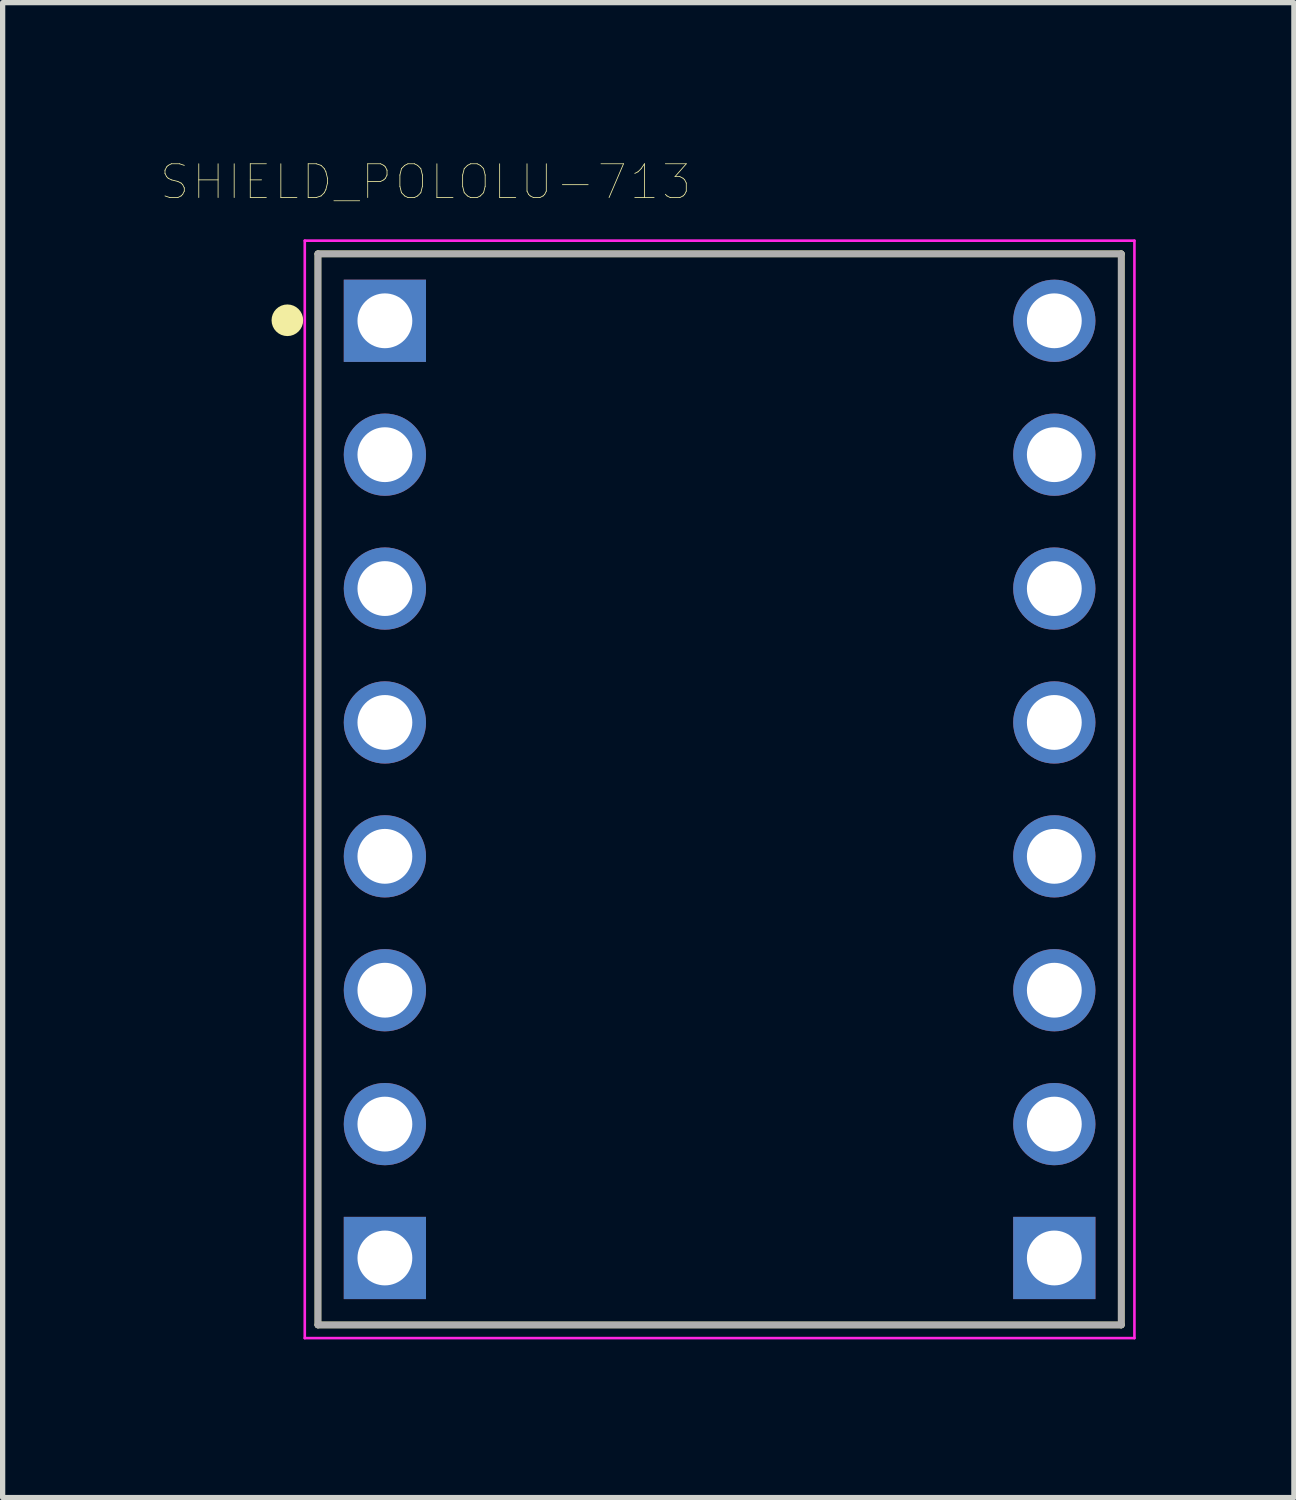
<source format=kicad_pcb>
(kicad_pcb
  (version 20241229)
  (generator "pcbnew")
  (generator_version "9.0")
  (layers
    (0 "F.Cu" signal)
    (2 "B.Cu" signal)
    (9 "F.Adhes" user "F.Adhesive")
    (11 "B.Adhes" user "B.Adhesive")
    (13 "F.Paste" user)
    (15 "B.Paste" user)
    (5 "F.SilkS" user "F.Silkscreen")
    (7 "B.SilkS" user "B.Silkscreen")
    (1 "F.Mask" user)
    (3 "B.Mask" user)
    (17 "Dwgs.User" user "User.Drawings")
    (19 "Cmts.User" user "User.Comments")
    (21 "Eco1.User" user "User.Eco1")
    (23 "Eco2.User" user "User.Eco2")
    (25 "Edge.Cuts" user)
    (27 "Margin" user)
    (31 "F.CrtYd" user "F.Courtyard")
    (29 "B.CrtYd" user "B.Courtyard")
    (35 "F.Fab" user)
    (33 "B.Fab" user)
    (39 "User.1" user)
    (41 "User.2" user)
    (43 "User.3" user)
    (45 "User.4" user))
  (footprint "SHIELD_POLOLU-713"
    (layer "F.Cu")
    (at 10.602 11.926)
    (property "Reference" "SHIELD_POLOLU-713" (at -5.577 -11.524 0) (layer "F.SilkS") (effects (font (size 0.641 0.641) (thickness 0.015))))
    (attr through_hole)
    (fp_line (start -7.62 -10.16) (end 7.62 -10.16) (stroke (width 0.127) (type solid)) (layer "F.SilkS"))
    (fp_line (start -7.62 10.16) (end -7.62 -10.16) (stroke (width 0.127) (type solid)) (layer "F.SilkS"))
    (fp_line (start 7.62 -10.16) (end 7.62 10.16) (stroke (width 0.127) (type solid)) (layer "F.SilkS"))
    (fp_line (start 7.62 10.16) (end -7.62 10.16) (stroke (width 0.127) (type solid)) (layer "F.SilkS"))
    (fp_circle (center -8.2 -8.9) (end -8.05 -8.9) (stroke (width 0.3) (type solid)) (fill no) (layer "F.SilkS"))
    (fp_line (start -7.87 -10.41) (end 7.87 -10.41) (stroke (width 0.05) (type solid)) (layer "F.CrtYd"))
    (fp_line (start -7.87 10.41) (end -7.87 -10.41) (stroke (width 0.05) (type solid)) (layer "F.CrtYd"))
    (fp_line (start 7.87 -10.41) (end 7.87 10.41) (stroke (width 0.05) (type solid)) (layer "F.CrtYd"))
    (fp_line (start 7.87 10.41) (end -7.87 10.41) (stroke (width 0.05) (type solid)) (layer "F.CrtYd"))
    (fp_line (start -7.62 -10.16) (end 7.62 -10.16) (stroke (width 0.127) (type solid)) (layer "F.Fab"))
    (fp_line (start -7.62 10.16) (end -7.62 -10.16) (stroke (width 0.127) (type solid)) (layer "F.Fab"))
    (fp_line (start 7.62 -10.16) (end 7.62 10.16) (stroke (width 0.127) (type solid)) (layer "F.Fab"))
    (fp_line (start 7.62 10.16) (end -7.62 10.16) (stroke (width 0.127) (type solid)) (layer "F.Fab"))
    (pad "1" thru_hole rect (at -6.35 -8.89) (size 1.56 1.56) (drill 1.04) (layers "*.Cu" "*.Mask"))
    (pad "2" thru_hole circle (at -6.35 -6.35) (size 1.56 1.56) (drill 1.04) (layers "*.Cu" "*.Mask"))
    (pad "3" thru_hole circle (at -6.35 -3.81) (size 1.56 1.56) (drill 1.04) (layers "*.Cu" "*.Mask"))
    (pad "4" thru_hole circle (at -6.35 -1.27) (size 1.56 1.56) (drill 1.04) (layers "*.Cu" "*.Mask"))
    (pad "5" thru_hole circle (at -6.35 1.27) (size 1.56 1.56) (drill 1.04) (layers "*.Cu" "*.Mask"))
    (pad "6" thru_hole circle (at -6.35 3.81) (size 1.56 1.56) (drill 1.04) (layers "*.Cu" "*.Mask"))
    (pad "7" thru_hole circle (at -6.35 6.35) (size 1.56 1.56) (drill 1.04) (layers "*.Cu" "*.Mask"))
    (pad "8" thru_hole rect (at -6.35 8.89) (size 1.56 1.56) (drill 1.04) (layers "*.Cu" "*.Mask"))
    (pad "9" thru_hole rect (at 6.35 8.89) (size 1.56 1.56) (drill 1.04) (layers "*.Cu" "*.Mask"))
    (pad "10" thru_hole circle (at 6.35 6.35) (size 1.56 1.56) (drill 1.04) (layers "*.Cu" "*.Mask"))
    (pad "11" thru_hole circle (at 6.35 3.81) (size 1.56 1.56) (drill 1.04) (layers "*.Cu" "*.Mask"))
    (pad "12" thru_hole circle (at 6.35 1.27) (size 1.56 1.56) (drill 1.04) (layers "*.Cu" "*.Mask"))
    (pad "13" thru_hole circle (at 6.35 -1.27) (size 1.56 1.56) (drill 1.04) (layers "*.Cu" "*.Mask"))
    (pad "14" thru_hole circle (at 6.35 -3.81) (size 1.56 1.56) (drill 1.04) (layers "*.Cu" "*.Mask"))
    (pad "15" thru_hole circle (at 6.35 -6.35) (size 1.56 1.56) (drill 1.04) (layers "*.Cu" "*.Mask"))
    (pad "16" thru_hole circle (at 6.35 -8.89) (size 1.56 1.56) (drill 1.04) (layers "*.Cu" "*.Mask")))
  (gr_rect
    (start -3 -3)
    (end 21.497 25.361)
    (stroke (width 0.1) (type default))
    (fill no)
    (layer "Edge.Cuts")))
</source>
